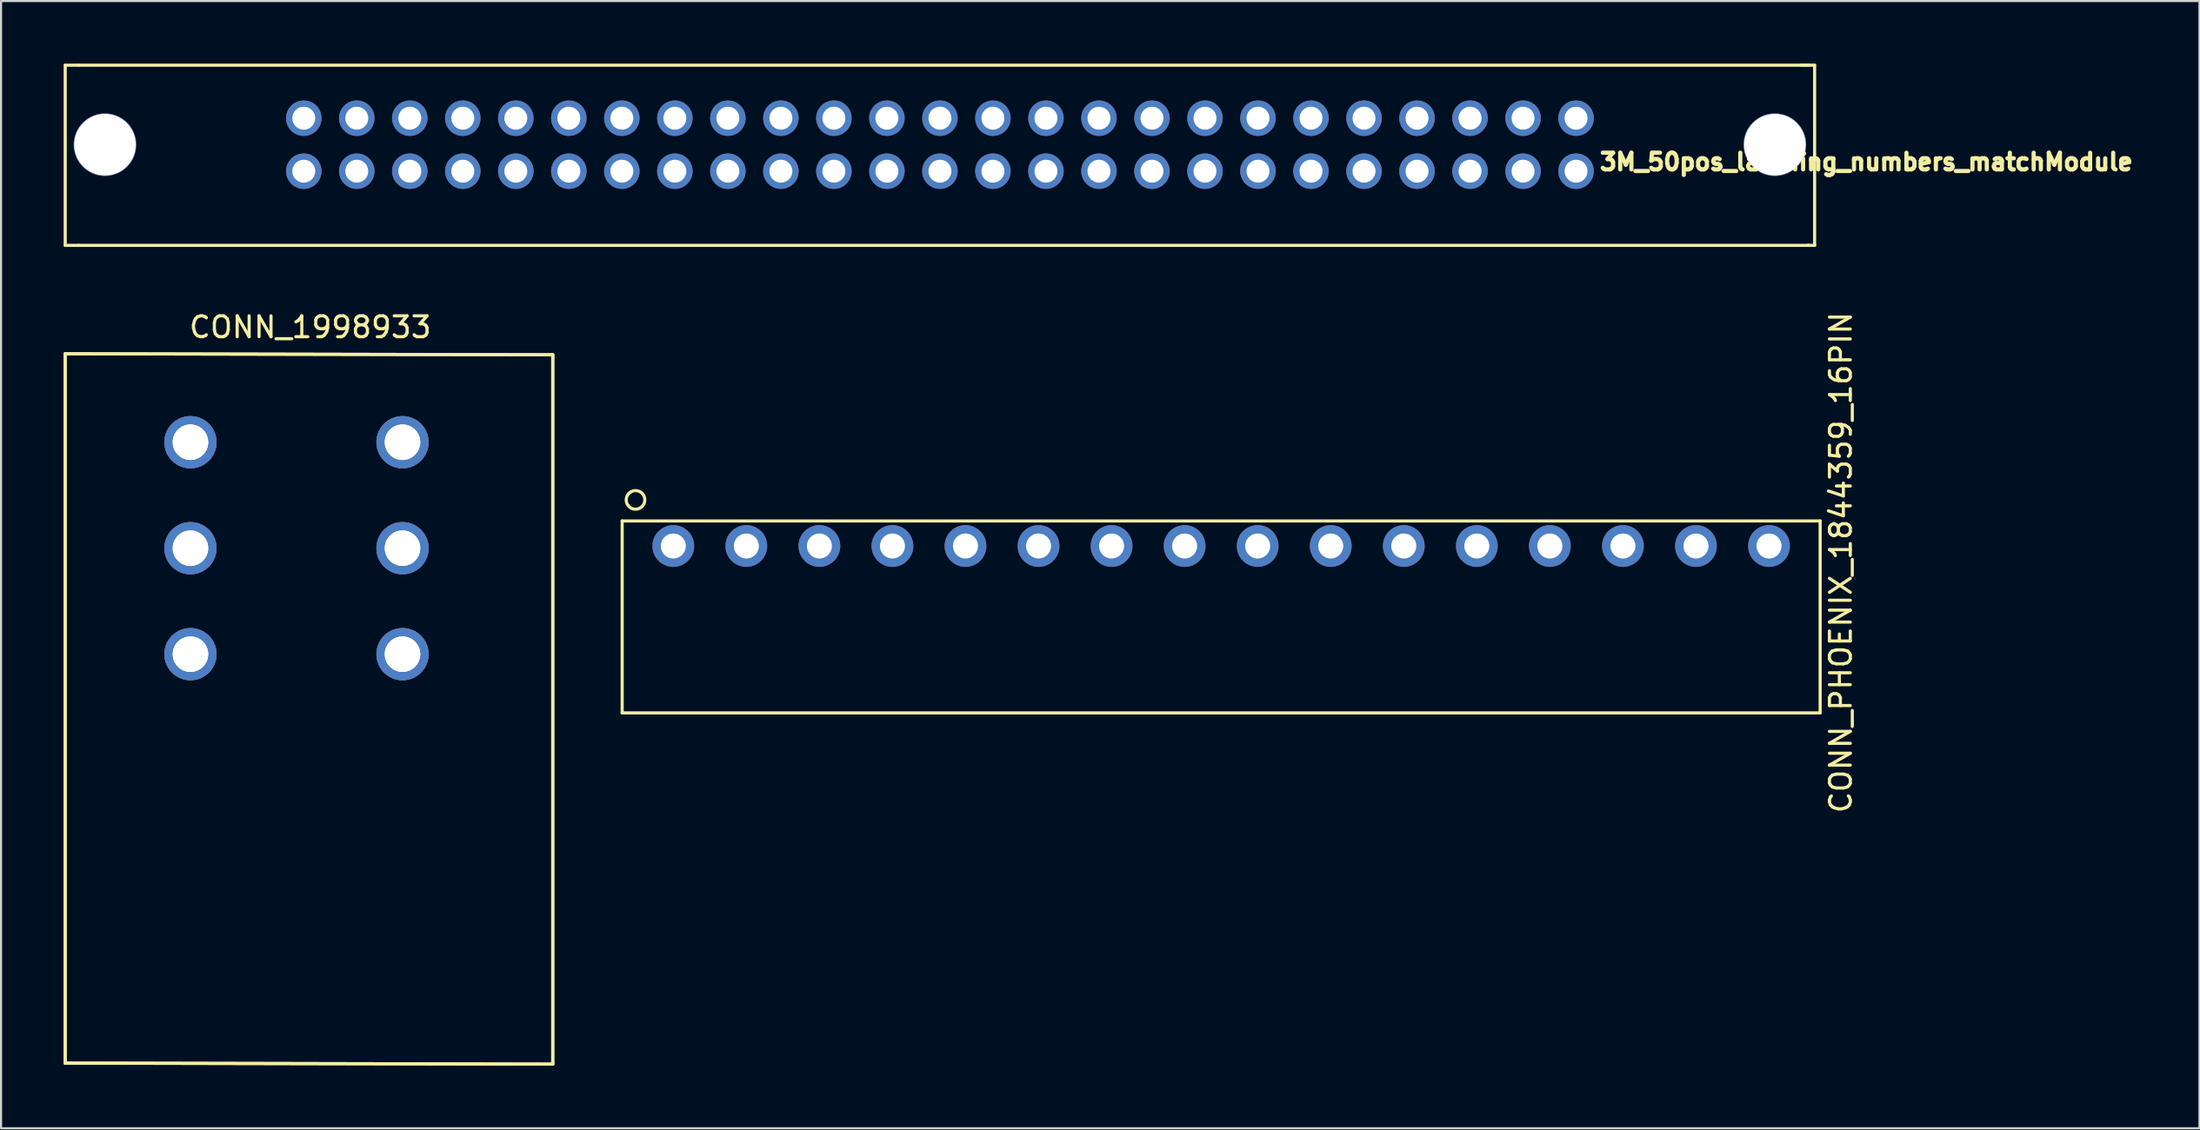
<source format=kicad_pcb>
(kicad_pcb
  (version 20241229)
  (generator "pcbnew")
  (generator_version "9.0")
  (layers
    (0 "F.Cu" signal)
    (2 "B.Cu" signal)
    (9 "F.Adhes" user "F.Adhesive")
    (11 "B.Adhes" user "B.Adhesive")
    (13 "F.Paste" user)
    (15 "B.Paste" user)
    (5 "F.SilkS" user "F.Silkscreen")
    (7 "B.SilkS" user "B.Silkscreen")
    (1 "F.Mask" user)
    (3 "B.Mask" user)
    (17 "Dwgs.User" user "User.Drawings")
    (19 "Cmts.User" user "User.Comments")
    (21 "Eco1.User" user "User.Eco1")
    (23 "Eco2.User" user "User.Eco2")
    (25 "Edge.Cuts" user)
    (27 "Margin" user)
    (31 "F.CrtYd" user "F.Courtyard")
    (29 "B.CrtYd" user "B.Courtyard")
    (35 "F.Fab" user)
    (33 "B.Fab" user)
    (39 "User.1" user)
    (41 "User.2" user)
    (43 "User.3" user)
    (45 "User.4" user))
  (footprint "CONN_1998933"
    (layer "F.Cu")
    (at 6.075 28.306)
    (property "Reference" "CONN_1998933" (at 5.74 -15.672 0) (layer "F.SilkS") (effects (font (size 1 1) (thickness 0.15))))
    (attr through_hole)
    (fp_line (start -6 -14.4) (end 17.36 -14.351) (stroke (width 0.15) (type solid)) (layer "F.SilkS"))
    (fp_line (start -6 -14.4) (end 17.36 -14.351) (stroke (width 0.15) (type solid)) (layer "F.SilkS"))
    (fp_line (start -6 -14.397) (end -6 19.603) (stroke (width 0.15) (type solid)) (layer "F.SilkS"))
    (fp_line (start -6 -14.397) (end -6 19.603) (stroke (width 0.15) (type solid)) (layer "F.SilkS"))
    (fp_line (start -6 19.6) (end 17.357 19.649) (stroke (width 0.15) (type solid)) (layer "F.SilkS"))
    (fp_line (start -6 19.6) (end 17.357 19.649) (stroke (width 0.15) (type solid)) (layer "F.SilkS"))
    (fp_line (start 17.36 -14.351) (end 17.36 19.649) (stroke (width 0.15) (type solid)) (layer "F.SilkS"))
    (fp_line (start 17.36 -14.351) (end 17.36 19.649) (stroke (width 0.15) (type solid)) (layer "F.SilkS"))
    (pad "1" thru_hole circle (at 0 0) (size 2.5 2.5) (drill 1.7) (layers "*.Cu" "*.Mask"))
    (pad "1" thru_hole circle (at 0 0) (size 2.5 2.5) (drill 1.7) (layers "*.Cu" "*.Mask"))
    (pad "12" thru_hole circle (at 0 -5.08) (size 2.5 2.5) (drill 1.7) (layers "*.Cu" "*.Mask"))
    (pad "12" thru_hole circle (at 0 -5.08) (size 2.5 2.5) (drill 1.7) (layers "*.Cu" "*.Mask"))
    (pad "13" thru_hole circle (at 0 -10.16) (size 2.5 2.5) (drill 1.7) (layers "*.Cu" "*.Mask"))
    (pad "13" thru_hole circle (at 0 -10.16) (size 2.5 2.5) (drill 1.7) (layers "*.Cu" "*.Mask"))
    (pad "21" thru_hole circle (at 10.16 0) (size 2.5 2.5) (drill 1.7) (layers "*.Cu" "*.Mask"))
    (pad "21" thru_hole circle (at 10.16 0) (size 2.5 2.5) (drill 1.7) (layers "*.Cu" "*.Mask"))
    (pad "22" thru_hole circle (at 10.16 -5.08) (size 2.5 2.5) (drill 1.7) (layers "*.Cu" "*.Mask"))
    (pad "22" thru_hole circle (at 10.16 -5.08) (size 2.5 2.5) (drill 1.7) (layers "*.Cu" "*.Mask"))
    (pad "23" thru_hole circle (at 10.16 -10.16) (size 2.5 2.5) (drill 1.7) (layers "*.Cu" "*.Mask"))
    (pad "23" thru_hole circle (at 10.16 -10.16) (size 2.5 2.5) (drill 1.7) (layers "*.Cu" "*.Mask")))
  (footprint "3M_50pos_latching_numbers_matchModule"
    (layer "F.Cu")
    (at 11.505 2.615)
    (property "Reference" "3M_50pos_latching_numbers_matchModule" (at 74.867 2.095 0) (layer "F.SilkS") (effects (font (size 0.8 0.8) (thickness 0.2))))
    (attr through_hole)
    (fp_line (start -11.43 -2.54) (end -11.43 6.096) (stroke (width 0.15) (type solid)) (layer "F.SilkS"))
    (fp_line (start -11.43 -2.54) (end -10.795 -2.54) (stroke (width 0.15) (type solid)) (layer "F.SilkS"))
    (fp_line (start -10.795 -2.54) (end 72.105 -2.54) (stroke (width 0.15) (type solid)) (layer "F.SilkS"))
    (fp_line (start -10.795 6.096) (end -11.43 6.096) (stroke (width 0.15) (type solid)) (layer "F.SilkS"))
    (fp_line (start -10.795 6.096) (end 72.105 6.096) (stroke (width 0.15) (type solid)) (layer "F.SilkS"))
    (fp_line (start 71.755 -2.54) (end 72.39 -2.54) (stroke (width 0.15) (type solid)) (layer "F.SilkS"))
    (fp_line (start 72.073 6.096) (end 72.39 6.096) (stroke (width 0.15) (type solid)) (layer "F.SilkS"))
    (fp_line (start 72.39 -2.54) (end 72.39 6.096) (stroke (width 0.15) (type solid)) (layer "F.SilkS"))
    (pad "" np_thru_hole circle (at -9.525 1.27) (size 3 3) (drill 2.95) (layers "*.Cu" "*.Mask"))
    (pad "" np_thru_hole circle (at 70.485 1.27) (size 3 3) (drill 2.95) (layers "*.Cu" "*.Mask"))
    (pad "1" thru_hole circle (at 0 2.54) (size 1.7 1.7) (drill 1.1) (layers "*.Cu" "*.Mask"))
    (pad "2" thru_hole circle (at 0 0) (size 1.7 1.7) (drill 1.1) (layers "*.Cu" "*.Mask"))
    (pad "3" thru_hole circle (at 2.54 2.54) (size 1.7 1.7) (drill 1.1) (layers "*.Cu" "*.Mask"))
    (pad "4" thru_hole circle (at 2.54 0) (size 1.7 1.7) (drill 1.1) (layers "*.Cu" "*.Mask"))
    (pad "5" thru_hole circle (at 5.08 2.54) (size 1.7 1.7) (drill 1.1) (layers "*.Cu" "*.Mask"))
    (pad "6" thru_hole circle (at 5.08 0) (size 1.7 1.7) (drill 1.1) (layers "*.Cu" "*.Mask"))
    (pad "7" thru_hole circle (at 7.62 2.54) (size 1.7 1.7) (drill 1.1) (layers "*.Cu" "*.Mask"))
    (pad "8" thru_hole circle (at 7.62 0) (size 1.7 1.7) (drill 1.1) (layers "*.Cu" "*.Mask"))
    (pad "9" thru_hole circle (at 10.16 2.54) (size 1.7 1.7) (drill 1.1) (layers "*.Cu" "*.Mask"))
    (pad "10" thru_hole circle (at 10.16 0) (size 1.7 1.7) (drill 1.1) (layers "*.Cu" "*.Mask"))
    (pad "11" thru_hole circle (at 12.7 2.54) (size 1.7 1.7) (drill 1.1) (layers "*.Cu" "*.Mask"))
    (pad "12" thru_hole circle (at 12.7 0) (size 1.7 1.7) (drill 1.1) (layers "*.Cu" "*.Mask"))
    (pad "13" thru_hole circle (at 15.24 2.54) (size 1.7 1.7) (drill 1.1) (layers "*.Cu" "*.Mask"))
    (pad "14" thru_hole circle (at 15.24 0) (size 1.7 1.7) (drill 1.1) (layers "*.Cu" "*.Mask"))
    (pad "15" thru_hole circle (at 17.78 2.54) (size 1.7 1.7) (drill 1.1) (layers "*.Cu" "*.Mask"))
    (pad "16" thru_hole circle (at 17.78 0) (size 1.7 1.7) (drill 1.1) (layers "*.Cu" "*.Mask"))
    (pad "17" thru_hole circle (at 20.32 2.54) (size 1.7 1.7) (drill 1.1) (layers "*.Cu" "*.Mask"))
    (pad "18" thru_hole circle (at 20.32 0) (size 1.7 1.7) (drill 1.1) (layers "*.Cu" "*.Mask"))
    (pad "19" thru_hole circle (at 22.86 2.54) (size 1.7 1.7) (drill 1.1) (layers "*.Cu" "*.Mask"))
    (pad "20" thru_hole circle (at 22.86 0) (size 1.7 1.7) (drill 1.1) (layers "*.Cu" "*.Mask"))
    (pad "21" thru_hole circle (at 25.4 2.54) (size 1.7 1.7) (drill 1.1) (layers "*.Cu" "*.Mask"))
    (pad "22" thru_hole circle (at 25.4 0) (size 1.7 1.7) (drill 1.1) (layers "*.Cu" "*.Mask"))
    (pad "23" thru_hole circle (at 27.94 2.54) (size 1.7 1.7) (drill 1.1) (layers "*.Cu" "*.Mask"))
    (pad "24" thru_hole circle (at 27.94 0) (size 1.7 1.7) (drill 1.1) (layers "*.Cu" "*.Mask"))
    (pad "25" thru_hole circle (at 30.48 2.54) (size 1.7 1.7) (drill 1.1) (layers "*.Cu" "*.Mask"))
    (pad "26" thru_hole circle (at 30.48 0) (size 1.7 1.7) (drill 1.1) (layers "*.Cu" "*.Mask"))
    (pad "27" thru_hole circle (at 33.02 2.54) (size 1.7 1.7) (drill 1.1) (layers "*.Cu" "*.Mask"))
    (pad "28" thru_hole circle (at 33.02 0) (size 1.7 1.7) (drill 1.1) (layers "*.Cu" "*.Mask"))
    (pad "29" thru_hole circle (at 35.56 2.54) (size 1.7 1.7) (drill 1.1) (layers "*.Cu" "*.Mask"))
    (pad "30" thru_hole circle (at 35.56 0) (size 1.7 1.7) (drill 1.1) (layers "*.Cu" "*.Mask"))
    (pad "31" thru_hole circle (at 38.1 2.54) (size 1.7 1.7) (drill 1.1) (layers "*.Cu" "*.Mask"))
    (pad "32" thru_hole circle (at 38.1 0) (size 1.7 1.7) (drill 1.1) (layers "*.Cu" "*.Mask"))
    (pad "33" thru_hole circle (at 40.64 2.54) (size 1.7 1.7) (drill 1.1) (layers "*.Cu" "*.Mask"))
    (pad "34" thru_hole circle (at 40.64 0) (size 1.7 1.7) (drill 1.1) (layers "*.Cu" "*.Mask"))
    (pad "35" thru_hole circle (at 43.18 2.54) (size 1.7 1.7) (drill 1.1) (layers "*.Cu" "*.Mask"))
    (pad "36" thru_hole circle (at 43.18 0) (size 1.7 1.7) (drill 1.1) (layers "*.Cu" "*.Mask"))
    (pad "37" thru_hole circle (at 45.72 2.54) (size 1.7 1.7) (drill 1.1) (layers "*.Cu" "*.Mask"))
    (pad "38" thru_hole circle (at 45.72 0) (size 1.7 1.7) (drill 1.1) (layers "*.Cu" "*.Mask"))
    (pad "39" thru_hole circle (at 48.26 2.54) (size 1.7 1.7) (drill 1.1) (layers "*.Cu" "*.Mask"))
    (pad "40" thru_hole circle (at 48.26 0) (size 1.7 1.7) (drill 1.1) (layers "*.Cu" "*.Mask"))
    (pad "41" thru_hole circle (at 50.8 2.54) (size 1.7 1.7) (drill 1.1) (layers "*.Cu" "*.Mask"))
    (pad "42" thru_hole circle (at 50.8 0) (size 1.7 1.7) (drill 1.1) (layers "*.Cu" "*.Mask"))
    (pad "43" thru_hole circle (at 53.34 2.54) (size 1.7 1.7) (drill 1.1) (layers "*.Cu" "*.Mask"))
    (pad "44" thru_hole circle (at 53.34 0) (size 1.7 1.7) (drill 1.1) (layers "*.Cu" "*.Mask"))
    (pad "45" thru_hole circle (at 55.88 2.54) (size 1.7 1.7) (drill 1.1) (layers "*.Cu" "*.Mask"))
    (pad "46" thru_hole circle (at 55.88 0) (size 1.7 1.7) (drill 1.1) (layers "*.Cu" "*.Mask"))
    (pad "47" thru_hole circle (at 58.42 2.54) (size 1.7 1.7) (drill 1.1) (layers "*.Cu" "*.Mask"))
    (pad "48" thru_hole circle (at 58.42 0) (size 1.7 1.7) (drill 1.1) (layers "*.Cu" "*.Mask"))
    (pad "49" thru_hole circle (at 60.96 2.54) (size 1.7 1.7) (drill 1.1) (layers "*.Cu" "*.Mask"))
    (pad "50" thru_hole circle (at 60.96 0) (size 1.7 1.7) (drill 1.1) (layers "*.Cu" "*.Mask")))
  (footprint "CONN_PHOENIX_1844359_16PIN"
    (layer "F.Cu")
    (at 26.76 31.121)
    (property "Reference" "CONN_PHOENIX_1844359_16PIN" (at 58.39 -7.21 90) (layer "F.SilkS") (effects (font (size 1 1) (thickness 0.15))))
    (attr through_hole)
    (fp_line (start 0 -9.2) (end 57.4 -9.2) (stroke (width 0.15) (type solid)) (layer "F.SilkS"))
    (fp_line (start 0 0) (end 0 -9.2) (stroke (width 0.15) (type solid)) (layer "F.SilkS"))
    (fp_line (start 0 0) (end 57.4 0) (stroke (width 0.15) (type solid)) (layer "F.SilkS"))
    (fp_line (start 57.4 0) (end 57.4 -9.2) (stroke (width 0.15) (type solid)) (layer "F.SilkS"))
    (fp_circle (center 0.64 -10.21) (end 0.94 -9.88) (stroke (width 0.15) (type solid)) (fill no) (layer "F.SilkS"))
    (pad "1" thru_hole circle (at 2.45 -8) (size 2 2) (drill 1.2) (layers "*.Cu" "*.Mask"))
    (pad "2" thru_hole circle (at 5.95 -8) (size 2 2) (drill 1.2) (layers "*.Cu" "*.Mask"))
    (pad "3" thru_hole circle (at 9.45 -8) (size 2 2) (drill 1.2) (layers "*.Cu" "*.Mask"))
    (pad "4" thru_hole circle (at 12.95 -8) (size 2 2) (drill 1.2) (layers "*.Cu" "*.Mask"))
    (pad "5" thru_hole circle (at 16.45 -8) (size 2 2) (drill 1.2) (layers "*.Cu" "*.Mask"))
    (pad "6" thru_hole circle (at 19.95 -8) (size 2 2) (drill 1.2) (layers "*.Cu" "*.Mask"))
    (pad "7" thru_hole circle (at 23.45 -8) (size 2 2) (drill 1.2) (layers "*.Cu" "*.Mask"))
    (pad "8" thru_hole circle (at 26.95 -8) (size 2 2) (drill 1.2) (layers "*.Cu" "*.Mask"))
    (pad "9" thru_hole circle (at 30.45 -8) (size 2 2) (drill 1.2) (layers "*.Cu" "*.Mask"))
    (pad "10" thru_hole circle (at 33.95 -8) (size 2 2) (drill 1.2) (layers "*.Cu" "*.Mask"))
    (pad "11" thru_hole circle (at 37.45 -8) (size 2 2) (drill 1.2) (layers "*.Cu" "*.Mask"))
    (pad "12" thru_hole circle (at 40.95 -8) (size 2 2) (drill 1.2) (layers "*.Cu" "*.Mask"))
    (pad "13" thru_hole circle (at 44.45 -8) (size 2 2) (drill 1.2) (layers "*.Cu" "*.Mask"))
    (pad "14" thru_hole circle (at 47.95 -8) (size 2 2) (drill 1.2) (layers "*.Cu" "*.Mask"))
    (pad "15" thru_hole circle (at 51.45 -8) (size 2 2) (drill 1.2) (layers "*.Cu" "*.Mask"))
    (pad "16" thru_hole circle (at 54.95 -8) (size 2 2) (drill 1.2) (layers "*.Cu" "*.Mask")))
  (gr_rect
    (start -3 -3)
    (end 102.334 51.03)
    (stroke (width 0.1) (type default))
    (fill no)
    (layer "Edge.Cuts")))
</source>
